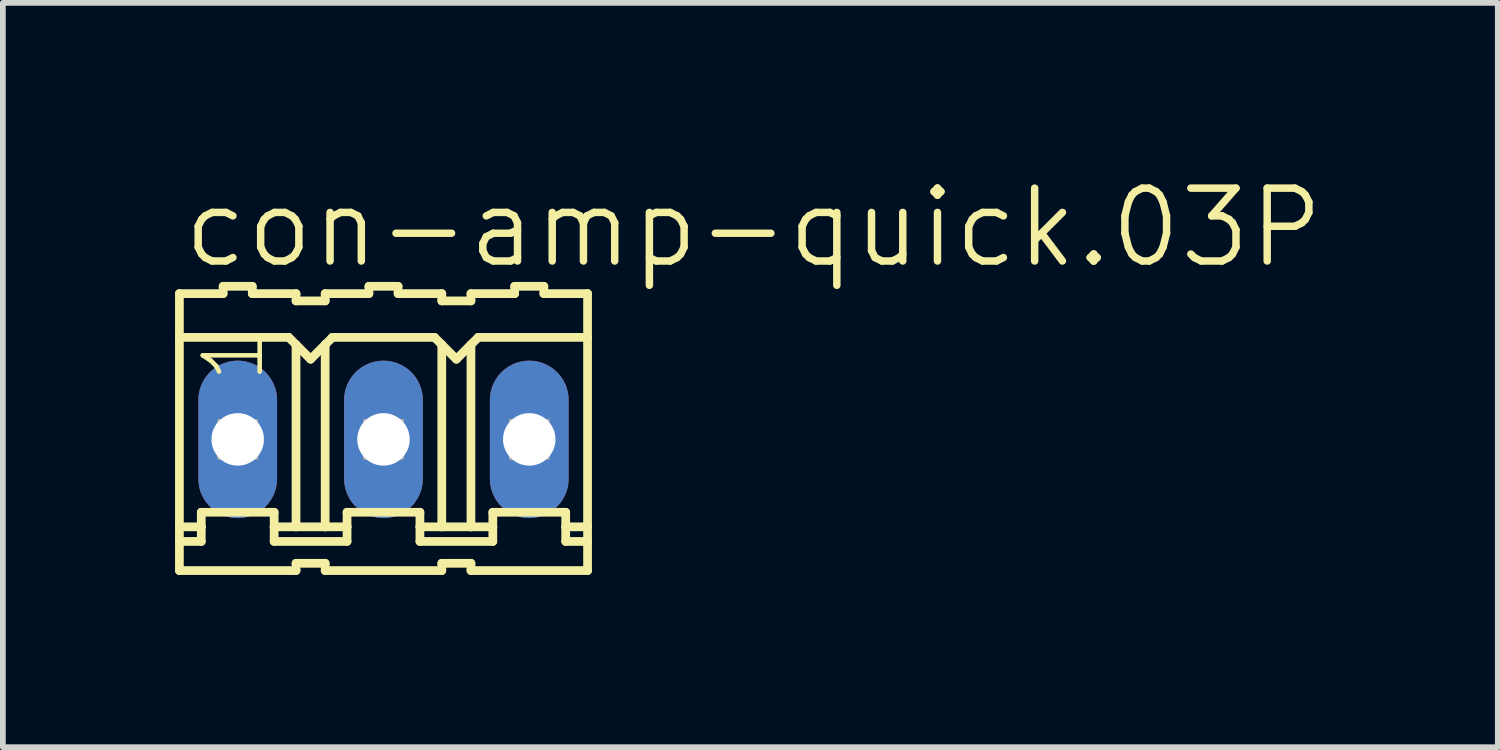
<source format=kicad_pcb>
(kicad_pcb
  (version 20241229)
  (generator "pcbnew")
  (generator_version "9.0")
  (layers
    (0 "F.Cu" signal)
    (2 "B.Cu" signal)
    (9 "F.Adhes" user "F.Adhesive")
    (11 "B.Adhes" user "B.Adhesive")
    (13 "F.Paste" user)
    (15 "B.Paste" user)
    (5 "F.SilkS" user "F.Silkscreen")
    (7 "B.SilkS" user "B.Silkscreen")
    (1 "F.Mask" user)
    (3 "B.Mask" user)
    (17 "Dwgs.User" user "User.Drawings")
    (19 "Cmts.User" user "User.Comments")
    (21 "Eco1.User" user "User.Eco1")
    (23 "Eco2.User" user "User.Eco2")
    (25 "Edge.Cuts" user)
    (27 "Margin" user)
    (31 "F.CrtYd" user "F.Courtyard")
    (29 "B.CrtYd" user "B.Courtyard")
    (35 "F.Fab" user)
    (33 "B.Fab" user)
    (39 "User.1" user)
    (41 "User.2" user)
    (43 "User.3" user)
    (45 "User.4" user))
  (footprint "con-amp-quick.03P"
    (layer "F.Cu")
    (at 3.632 4.606)
    (property "Reference" "con-amp-quick.03P" (at -3.556 -2.946 0) (layer "F.SilkS") (effects (font (size 1.27 1.27) (thickness 0.13)) (justify left bottom)))
    (attr through_hole)
    (fp_line (start -3.556 -2.54) (end -3.556 -1.778) (stroke (width 0.152) (type default)) (layer "F.SilkS"))
    (fp_line (start -3.556 -2.54) (end -2.794 -2.54) (stroke (width 0.152) (type default)) (layer "F.SilkS"))
    (fp_line (start -3.556 -1.778) (end -3.556 1.524) (stroke (width 0.152) (type default)) (layer "F.SilkS"))
    (fp_line (start -3.556 1.524) (end -3.556 1.778) (stroke (width 0.152) (type default)) (layer "F.SilkS"))
    (fp_line (start -3.556 1.778) (end -3.556 2.286) (stroke (width 0.152) (type default)) (layer "F.SilkS"))
    (fp_line (start -3.556 1.778) (end -3.175 1.778) (stroke (width 0.152) (type default)) (layer "F.SilkS"))
    (fp_line (start -3.175 1.27) (end -1.905 1.27) (stroke (width 0.152) (type default)) (layer "F.SilkS"))
    (fp_line (start -3.175 1.524) (end -3.556 1.524) (stroke (width 0.152) (type default)) (layer "F.SilkS"))
    (fp_line (start -3.175 1.524) (end -3.175 1.27) (stroke (width 0.152) (type default)) (layer "F.SilkS"))
    (fp_line (start -3.175 1.778) (end -3.175 1.524) (stroke (width 0.152) (type default)) (layer "F.SilkS"))
    (fp_line (start -2.794 -2.54) (end -2.794 -2.667) (stroke (width 0.152) (type default)) (layer "F.SilkS"))
    (fp_line (start -2.286 -2.667) (end -2.794 -2.667) (stroke (width 0.152) (type default)) (layer "F.SilkS"))
    (fp_line (start -2.286 -2.54) (end -2.286 -2.667) (stroke (width 0.152) (type default)) (layer "F.SilkS"))
    (fp_line (start -1.905 1.524) (end -1.905 1.27) (stroke (width 0.152) (type default)) (layer "F.SilkS"))
    (fp_line (start -1.905 1.524) (end -1.524 1.524) (stroke (width 0.152) (type default)) (layer "F.SilkS"))
    (fp_line (start -1.905 1.778) (end -1.905 1.524) (stroke (width 0.152) (type default)) (layer "F.SilkS"))
    (fp_line (start -1.651 -1.778) (end -3.556 -1.778) (stroke (width 0.152) (type default)) (layer "F.SilkS"))
    (fp_line (start -1.651 -1.778) (end -1.524 -1.651) (stroke (width 0.152) (type default)) (layer "F.SilkS"))
    (fp_line (start -1.524 -2.54) (end -2.286 -2.54) (stroke (width 0.152) (type default)) (layer "F.SilkS"))
    (fp_line (start -1.524 -2.413) (end -1.524 -2.54) (stroke (width 0.152) (type default)) (layer "F.SilkS"))
    (fp_line (start -1.524 -2.413) (end -1.016 -2.413) (stroke (width 0.152) (type default)) (layer "F.SilkS"))
    (fp_line (start -1.524 -1.651) (end -1.524 1.524) (stroke (width 0.152) (type default)) (layer "F.SilkS"))
    (fp_line (start -1.524 -1.651) (end -1.27 -1.397) (stroke (width 0.152) (type default)) (layer "F.SilkS"))
    (fp_line (start -1.524 1.524) (end -1.016 1.524) (stroke (width 0.152) (type default)) (layer "F.SilkS"))
    (fp_line (start -1.524 2.159) (end -1.524 2.286) (stroke (width 0.152) (type default)) (layer "F.SilkS"))
    (fp_line (start -1.524 2.286) (end -3.556 2.286) (stroke (width 0.152) (type default)) (layer "F.SilkS"))
    (fp_line (start -1.27 -1.397) (end -1.016 -1.651) (stroke (width 0.152) (type default)) (layer "F.SilkS"))
    (fp_line (start -1.016 -2.54) (end -0.254 -2.54) (stroke (width 0.152) (type default)) (layer "F.SilkS"))
    (fp_line (start -1.016 -2.413) (end -1.016 -2.54) (stroke (width 0.152) (type default)) (layer "F.SilkS"))
    (fp_line (start -1.016 -1.651) (end -1.016 1.524) (stroke (width 0.152) (type default)) (layer "F.SilkS"))
    (fp_line (start -1.016 -1.651) (end -0.889 -1.778) (stroke (width 0.152) (type default)) (layer "F.SilkS"))
    (fp_line (start -1.016 1.524) (end -0.635 1.524) (stroke (width 0.152) (type default)) (layer "F.SilkS"))
    (fp_line (start -1.016 2.159) (end -1.524 2.159) (stroke (width 0.152) (type default)) (layer "F.SilkS"))
    (fp_line (start -1.016 2.159) (end -1.016 2.286) (stroke (width 0.152) (type default)) (layer "F.SilkS"))
    (fp_line (start -1.016 2.286) (end 1.016 2.286) (stroke (width 0.152) (type default)) (layer "F.SilkS"))
    (fp_line (start -0.889 -1.778) (end 0.889 -1.778) (stroke (width 0.152) (type default)) (layer "F.SilkS"))
    (fp_line (start -0.635 1.27) (end 0.635 1.27) (stroke (width 0.152) (type default)) (layer "F.SilkS"))
    (fp_line (start -0.635 1.524) (end -0.635 1.27) (stroke (width 0.152) (type default)) (layer "F.SilkS"))
    (fp_line (start -0.635 1.778) (end -1.905 1.778) (stroke (width 0.152) (type default)) (layer "F.SilkS"))
    (fp_line (start -0.635 1.778) (end -0.635 1.524) (stroke (width 0.152) (type default)) (layer "F.SilkS"))
    (fp_line (start -0.254 -2.54) (end -0.254 -2.667) (stroke (width 0.152) (type default)) (layer "F.SilkS"))
    (fp_line (start 0.254 -2.667) (end -0.254 -2.667) (stroke (width 0.152) (type default)) (layer "F.SilkS"))
    (fp_line (start 0.254 -2.54) (end 0.254 -2.667) (stroke (width 0.152) (type default)) (layer "F.SilkS"))
    (fp_line (start 0.254 -2.54) (end 1.016 -2.54) (stroke (width 0.152) (type default)) (layer "F.SilkS"))
    (fp_line (start 0.635 1.524) (end 0.635 1.27) (stroke (width 0.152) (type default)) (layer "F.SilkS"))
    (fp_line (start 0.635 1.524) (end 1.016 1.524) (stroke (width 0.152) (type default)) (layer "F.SilkS"))
    (fp_line (start 0.635 1.778) (end 0.635 1.524) (stroke (width 0.152) (type default)) (layer "F.SilkS"))
    (fp_line (start 0.635 1.778) (end 1.905 1.778) (stroke (width 0.152) (type default)) (layer "F.SilkS"))
    (fp_line (start 0.889 -1.778) (end 1.016 -1.651) (stroke (width 0.152) (type default)) (layer "F.SilkS"))
    (fp_line (start 1.016 -2.413) (end 1.016 -2.54) (stroke (width 0.152) (type default)) (layer "F.SilkS"))
    (fp_line (start 1.016 -1.651) (end 1.016 1.524) (stroke (width 0.152) (type default)) (layer "F.SilkS"))
    (fp_line (start 1.016 -1.651) (end 1.27 -1.397) (stroke (width 0.152) (type default)) (layer "F.SilkS"))
    (fp_line (start 1.016 1.524) (end 1.524 1.524) (stroke (width 0.152) (type default)) (layer "F.SilkS"))
    (fp_line (start 1.016 2.159) (end 1.016 2.286) (stroke (width 0.152) (type default)) (layer "F.SilkS"))
    (fp_line (start 1.27 -1.397) (end 1.524 -1.651) (stroke (width 0.152) (type default)) (layer "F.SilkS"))
    (fp_line (start 1.524 -2.54) (end 2.286 -2.54) (stroke (width 0.152) (type default)) (layer "F.SilkS"))
    (fp_line (start 1.524 -2.413) (end 1.016 -2.413) (stroke (width 0.152) (type default)) (layer "F.SilkS"))
    (fp_line (start 1.524 -2.413) (end 1.524 -2.54) (stroke (width 0.152) (type default)) (layer "F.SilkS"))
    (fp_line (start 1.524 -1.651) (end 1.524 1.524) (stroke (width 0.152) (type default)) (layer "F.SilkS"))
    (fp_line (start 1.524 -1.651) (end 1.651 -1.778) (stroke (width 0.152) (type default)) (layer "F.SilkS"))
    (fp_line (start 1.524 1.524) (end 1.905 1.524) (stroke (width 0.152) (type default)) (layer "F.SilkS"))
    (fp_line (start 1.524 2.159) (end 1.016 2.159) (stroke (width 0.152) (type default)) (layer "F.SilkS"))
    (fp_line (start 1.524 2.159) (end 1.524 2.286) (stroke (width 0.152) (type default)) (layer "F.SilkS"))
    (fp_line (start 1.651 -1.778) (end 3.556 -1.778) (stroke (width 0.152) (type default)) (layer "F.SilkS"))
    (fp_line (start 1.905 1.27) (end 3.175 1.27) (stroke (width 0.152) (type default)) (layer "F.SilkS"))
    (fp_line (start 1.905 1.524) (end 1.905 1.27) (stroke (width 0.152) (type default)) (layer "F.SilkS"))
    (fp_line (start 1.905 1.778) (end 1.905 1.524) (stroke (width 0.152) (type default)) (layer "F.SilkS"))
    (fp_line (start 2.286 -2.54) (end 2.286 -2.667) (stroke (width 0.152) (type default)) (layer "F.SilkS"))
    (fp_line (start 2.794 -2.667) (end 2.286 -2.667) (stroke (width 0.152) (type default)) (layer "F.SilkS"))
    (fp_line (start 2.794 -2.54) (end 2.794 -2.667) (stroke (width 0.152) (type default)) (layer "F.SilkS"))
    (fp_line (start 2.794 -2.54) (end 3.556 -2.54) (stroke (width 0.152) (type default)) (layer "F.SilkS"))
    (fp_line (start 3.175 1.524) (end 3.175 1.27) (stroke (width 0.152) (type default)) (layer "F.SilkS"))
    (fp_line (start 3.175 1.524) (end 3.556 1.524) (stroke (width 0.152) (type default)) (layer "F.SilkS"))
    (fp_line (start 3.175 1.778) (end 3.175 1.524) (stroke (width 0.152) (type default)) (layer "F.SilkS"))
    (fp_line (start 3.556 -1.778) (end 3.556 -2.54) (stroke (width 0.152) (type default)) (layer "F.SilkS"))
    (fp_line (start 3.556 -1.778) (end 3.556 1.524) (stroke (width 0.152) (type default)) (layer "F.SilkS"))
    (fp_line (start 3.556 1.524) (end 3.556 1.778) (stroke (width 0.152) (type default)) (layer "F.SilkS"))
    (fp_line (start 3.556 1.778) (end 3.175 1.778) (stroke (width 0.152) (type default)) (layer "F.SilkS"))
    (fp_line (start 3.556 1.778) (end 3.556 2.286) (stroke (width 0.152) (type default)) (layer "F.SilkS"))
    (fp_line (start 3.556 2.286) (end 1.524 2.286) (stroke (width 0.152) (type default)) (layer "F.SilkS"))
    (fp_rect (start -2.87 0.33) (end -2.21 -0.33) (stroke (width 0.05) (type default)) (fill no) (layer "F.Fab"))
    (fp_rect (start -0.33 0.33) (end 0.33 -0.33) (stroke (width 0.05) (type default)) (fill no) (layer "F.Fab"))
    (fp_rect (start 2.21 0.33) (end 2.87 -0.33) (stroke (width 0.05) (type default)) (fill no) (layer "F.Fab"))
    (fp_text user "1" (at -2.032 -0.94 90) (layer "F.SilkS") (effects (font (size 0.991 0.991) (thickness 0.08)) (justify left bottom)))
    (pad "1" thru_hole oval (at -2.54 0 90) (size 2.743 1.372) (drill 0.914) (layers "*.Cu" "*.Mask"))
    (pad "2" thru_hole oval (at 0 0 90) (size 2.743 1.372) (drill 0.914) (layers "*.Cu" "*.Mask"))
    (pad "3" thru_hole oval (at 2.54 0 90) (size 2.743 1.372) (drill 0.914) (layers "*.Cu" "*.Mask")))
  (gr_rect
    (start -3 -3)
    (end 23.048 9.969)
    (stroke (width 0.1) (type default))
    (fill no)
    (layer "Edge.Cuts")))
</source>
